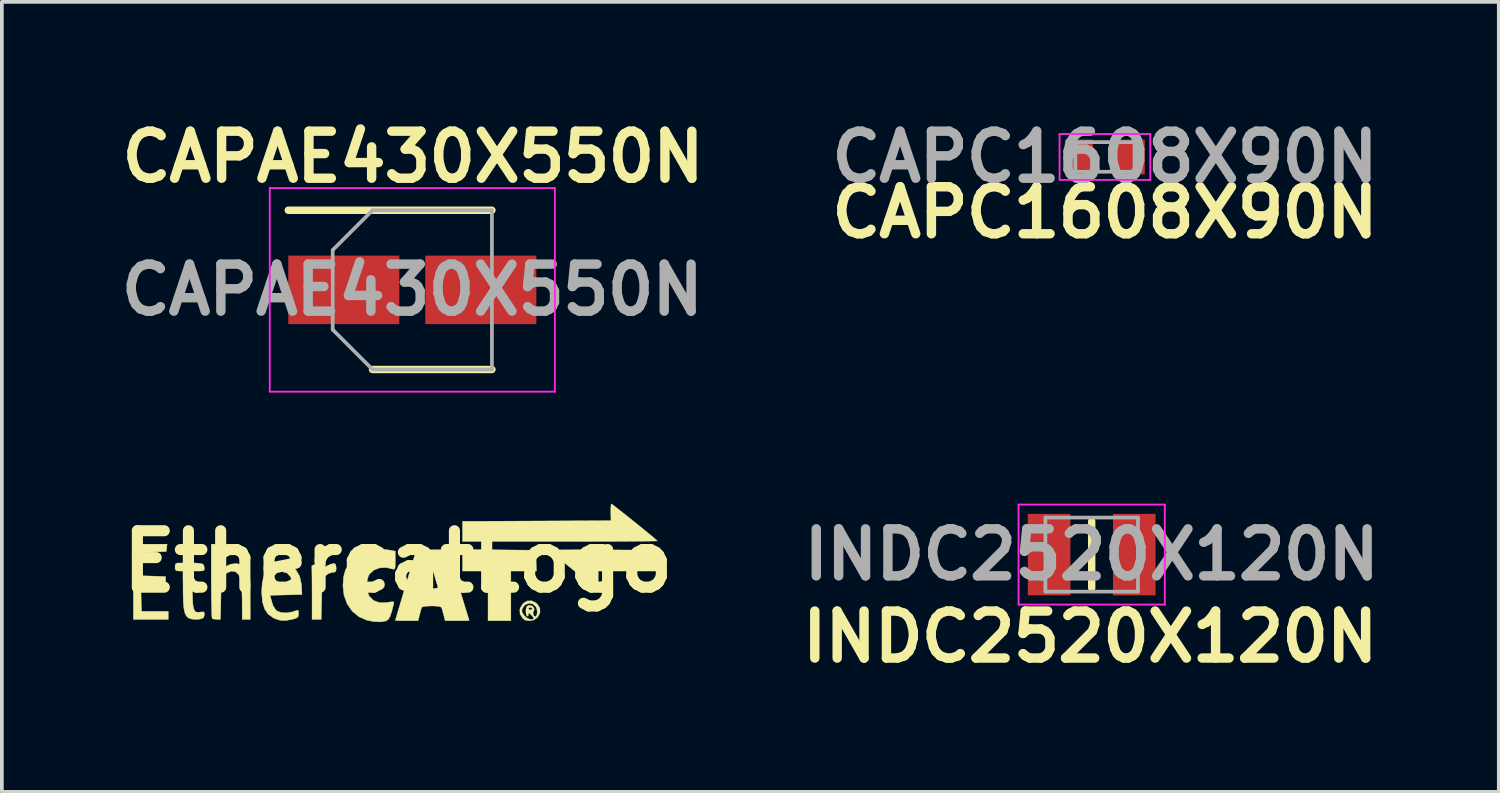
<source format=kicad_pcb>
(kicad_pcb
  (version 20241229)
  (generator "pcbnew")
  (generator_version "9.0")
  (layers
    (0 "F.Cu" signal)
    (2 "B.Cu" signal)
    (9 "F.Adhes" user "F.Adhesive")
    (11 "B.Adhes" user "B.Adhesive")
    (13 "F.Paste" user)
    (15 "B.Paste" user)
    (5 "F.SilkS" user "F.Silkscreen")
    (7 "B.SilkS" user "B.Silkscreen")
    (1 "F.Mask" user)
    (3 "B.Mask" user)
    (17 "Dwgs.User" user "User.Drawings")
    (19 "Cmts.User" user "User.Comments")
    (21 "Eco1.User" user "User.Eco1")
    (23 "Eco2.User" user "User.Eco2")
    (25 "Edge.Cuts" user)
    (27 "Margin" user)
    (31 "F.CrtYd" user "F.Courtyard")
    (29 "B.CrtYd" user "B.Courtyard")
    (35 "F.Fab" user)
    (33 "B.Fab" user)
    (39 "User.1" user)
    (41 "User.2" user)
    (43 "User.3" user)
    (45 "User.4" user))
  (footprint "INDC2520X120N"
    (layer "F.Cu")
    (at 26.435 11.929)
    (property "Reference" "INDC2520X120N" (at -0.04 2.22 0) (layer "F.SilkS") (effects (font (size 1.27 1.27) (thickness 0.254))))
    (attr smd)
    (fp_line (start 0 -0.9) (end 0 0.9) (stroke (width 0.2) (type solid)) (layer "F.SilkS"))
    (fp_line (start -1.975 -1.35) (end 1.975 -1.35) (stroke (width 0.05) (type solid)) (layer "F.CrtYd"))
    (fp_line (start -1.975 1.35) (end -1.975 -1.35) (stroke (width 0.05) (type solid)) (layer "F.CrtYd"))
    (fp_line (start 1.975 -1.35) (end 1.975 1.35) (stroke (width 0.05) (type solid)) (layer "F.CrtYd"))
    (fp_line (start 1.975 1.35) (end -1.975 1.35) (stroke (width 0.05) (type solid)) (layer "F.CrtYd"))
    (fp_line (start -1.25 -1) (end 1.25 -1) (stroke (width 0.1) (type solid)) (layer "F.Fab"))
    (fp_line (start -1.25 1) (end -1.25 -1) (stroke (width 0.1) (type solid)) (layer "F.Fab"))
    (fp_line (start 1.25 -1) (end 1.25 1) (stroke (width 0.1) (type solid)) (layer "F.Fab"))
    (fp_line (start 1.25 1) (end -1.25 1) (stroke (width 0.1) (type solid)) (layer "F.Fab"))
    (fp_text user "${REFERENCE}" (at 0 0 0) (layer "F.Fab") (effects (font (size 1.27 1.27) (thickness 0.254))))
    (pad "1" smd rect (at -1.15 0) (size 1.15 2.2) (layers "F.Cu" "F.Mask" "F.Paste"))
    (pad "2" smd rect (at 1.15 0) (size 1.15 2.2) (layers "F.Cu" "F.Mask" "F.Paste")))
  (footprint "CAPC1608X90N"
    (layer "F.Cu")
    (at 26.793 1.189)
    (property "Reference" "CAPC1608X90N" (at 0 1.5 0) (layer "F.SilkS") (effects (font (size 1.27 1.27) (thickness 0.254))))
    (attr smd)
    (fp_line (start -1.225 -0.62) (end 1.225 -0.62) (stroke (width 0.05) (type solid)) (layer "F.CrtYd"))
    (fp_line (start -1.225 0.62) (end -1.225 -0.62) (stroke (width 0.05) (type solid)) (layer "F.CrtYd"))
    (fp_line (start 1.225 -0.62) (end 1.225 0.62) (stroke (width 0.05) (type solid)) (layer "F.CrtYd"))
    (fp_line (start 1.225 0.62) (end -1.225 0.62) (stroke (width 0.05) (type solid)) (layer "F.CrtYd"))
    (fp_line (start -0.8 -0.4) (end 0.8 -0.4) (stroke (width 0.1) (type solid)) (layer "F.Fab"))
    (fp_line (start -0.8 0.4) (end -0.8 -0.4) (stroke (width 0.1) (type solid)) (layer "F.Fab"))
    (fp_line (start 0.8 -0.4) (end 0.8 0.4) (stroke (width 0.1) (type solid)) (layer "F.Fab"))
    (fp_line (start 0.8 0.4) (end -0.8 0.4) (stroke (width 0.1) (type solid)) (layer "F.Fab"))
    (fp_text user "${REFERENCE}" (at 0 0 0) (layer "F.Fab") (effects (font (size 1.27 1.27) (thickness 0.254))))
    (pad "1" smd rect (at -0.7 0) (size 0.75 0.94) (layers "F.Cu" "F.Mask" "F.Paste"))
    (pad "2" smd rect (at 0.7 0) (size 0.75 0.94) (layers "F.Cu" "F.Mask" "F.Paste")))
  (footprint "EthercatLogo"
    (layer "F.Cu")
    (at 7.7 12.119)
    (property "Reference" "EthercatLogo" (at 0 0 0) (layer "F.SilkS") (effects (font (size 1.524 1.524) (thickness 0.3))))
    (attr through_hole)
    (fp_poly (pts (xy 2.731 -0.318) (xy 3.719 -0.308) (xy 3.73 -0.027) (xy 3.74 0.254) (xy 3.048 0.254) (xy 3.048 1.597) (xy 2.431 1.597) (xy 2.431 0.254) (xy 1.742 0.254) (xy 1.742 -0.328) (xy 2.731 -0.318)) (stroke (width 0.01) (type solid)) (fill yes) (layer "F.SilkS"))
    (fp_poly (pts (xy 5.224 -0.32) (xy 5.536 -0.318) (xy 5.624 -0.318) (xy 7.058 -0.308) (xy 7.068 -0.027) (xy 7.079 0.254) (xy 5.407 0.254) (xy 5.407 0.49) (xy 5.403 0.61) (xy 5.393 0.694) (xy 5.379 0.724) (xy 5.344 0.701) (xy 5.261 0.64) (xy 5.139 0.546) (xy 4.985 0.426) (xy 4.809 0.286) (xy 4.722 0.216) (xy 4.513 0.046) (xy 4.347 -0.094) (xy 4.226 -0.203) (xy 4.156 -0.275) (xy 4.14 -0.307) (xy 4.141 -0.308) (xy 4.187 -0.312) (xy 4.298 -0.315) (xy 4.465 -0.318) (xy 4.681 -0.319) (xy 4.936 -0.32) (xy 5.224 -0.32)) (stroke (width 0.01) (type solid)) (fill yes) (layer "F.SilkS"))
    (fp_poly (pts (xy 5.793 -1.539) (xy 5.872 -1.479) (xy 5.986 -1.39) (xy 6.127 -1.279) (xy 6.283 -1.154) (xy 6.445 -1.024) (xy 6.604 -0.895) (xy 6.749 -0.777) (xy 6.87 -0.677) (xy 6.957 -0.604) (xy 7 -0.564) (xy 7.003 -0.56) (xy 6.968 -0.558) (xy 6.866 -0.555) (xy 6.702 -0.553) (xy 6.483 -0.551) (xy 6.215 -0.549) (xy 5.902 -0.547) (xy 5.551 -0.546) (xy 5.168 -0.545) (xy 4.757 -0.544) (xy 4.372 -0.544) (xy 1.742 -0.544) (xy 1.742 -1.088) (xy 5.751 -1.107) (xy 5.747 -1.333) (xy 5.748 -1.451) (xy 5.753 -1.533) (xy 5.761 -1.56) (xy 5.793 -1.539)) (stroke (width 0.01) (type solid)) (fill yes) (layer "F.SilkS"))
    (fp_poly (pts (xy -6.248 -0.372) (xy -6.259 -0.272) (xy -6.595 -0.262) (xy -6.741 -0.255) (xy -6.855 -0.244) (xy -6.922 -0.232) (xy -6.932 -0.225) (xy -6.934 -0.179) (xy -6.937 -0.08) (xy -6.94 0.054) (xy -6.941 0.091) (xy -6.949 0.381) (xy -6.613 0.391) (xy -6.277 0.402) (xy -6.277 0.617) (xy -6.601 0.617) (xy -6.746 0.621) (xy -6.86 0.63) (xy -6.927 0.645) (xy -6.937 0.652) (xy -6.941 0.702) (xy -6.942 0.806) (xy -6.939 0.946) (xy -6.937 1.015) (xy -6.925 1.343) (xy -6.205 1.343) (xy -6.205 1.56) (xy -7.148 1.56) (xy -7.148 -0.472) (xy -6.236 -0.472) (xy -6.248 -0.372)) (stroke (width 0.01) (type solid)) (fill yes) (layer "F.SilkS"))
    (fp_poly (pts (xy -1.702 0.056) (xy -1.678 0.104) (xy -1.669 0.184) (xy -1.679 0.26) (xy -1.723 0.287) (xy -1.772 0.29) (xy -1.884 0.323) (xy -1.962 0.384) (xy -1.996 0.424) (xy -2.021 0.468) (xy -2.037 0.529) (xy -2.048 0.62) (xy -2.055 0.753) (xy -2.06 0.942) (xy -2.062 1.019) (xy -2.074 1.56) (xy -2.322 1.56) (xy -2.322 0.853) (xy -2.323 0.633) (xy -2.324 0.438) (xy -2.326 0.28) (xy -2.328 0.17) (xy -2.331 0.119) (xy -2.331 0.118) (xy -2.306 0.097) (xy -2.233 0.08) (xy -2.223 0.079) (xy -2.142 0.078) (xy -2.11 0.107) (xy -2.105 0.167) (xy -2.105 0.267) (xy -2.023 0.19) (xy -1.932 0.123) (xy -1.83 0.073) (xy -1.742 0.05) (xy -1.702 0.056)) (stroke (width 0.01) (type solid)) (fill yes) (layer "F.SilkS"))
    (fp_poly (pts (xy -4.79 0.223) (xy -4.688 0.15) (xy -4.526 0.07) (xy -4.363 0.05) (xy -4.214 0.09) (xy -4.093 0.186) (xy -4.061 0.231) (xy -4.035 0.281) (xy -4.016 0.341) (xy -4.004 0.424) (xy -3.996 0.541) (xy -3.993 0.705) (xy -3.992 0.928) (xy -3.992 0.953) (xy -3.991 1.56) (xy -4.209 1.56) (xy -4.21 1.098) (xy -4.213 0.907) (xy -4.22 0.729) (xy -4.231 0.584) (xy -4.244 0.491) (xy -4.244 0.491) (xy -4.303 0.35) (xy -4.393 0.271) (xy -4.505 0.257) (xy -4.631 0.311) (xy -4.67 0.341) (xy -4.772 0.429) (xy -4.795 1.56) (xy -4.895 1.56) (xy -4.977 1.552) (xy -5.02 1.536) (xy -5.026 1.495) (xy -5.032 1.391) (xy -5.036 1.233) (xy -5.04 1.032) (xy -5.043 0.796) (xy -5.044 0.536) (xy -5.044 0.52) (xy -5.044 -0.472) (xy -4.79 -0.472) (xy -4.79 0.223)) (stroke (width 0.01) (type solid)) (fill yes) (layer "F.SilkS"))
    (fp_poly (pts (xy -5.552 0.032) (xy -5.397 0.043) (xy -5.299 0.056) (xy -5.252 0.084) (xy -5.233 0.141) (xy -5.232 0.154) (xy -5.23 0.215) (xy -5.253 0.244) (xy -5.321 0.253) (xy -5.386 0.254) (xy -5.552 0.254) (xy -5.552 0.759) (xy -5.549 0.991) (xy -5.54 1.159) (xy -5.519 1.272) (xy -5.486 1.339) (xy -5.435 1.367) (xy -5.365 1.366) (xy -5.33 1.36) (xy -5.25 1.357) (xy -5.223 1.401) (xy -5.244 1.495) (xy -5.247 1.503) (xy -5.295 1.539) (xy -5.388 1.558) (xy -5.5 1.56) (xy -5.605 1.544) (xy -5.67 1.515) (xy -5.722 1.46) (xy -5.759 1.379) (xy -5.784 1.261) (xy -5.799 1.096) (xy -5.805 0.873) (xy -5.806 0.76) (xy -5.806 0.254) (xy -5.915 0.254) (xy -5.992 0.245) (xy -6.02 0.203) (xy -6.023 0.145) (xy -6.014 0.068) (xy -5.972 0.04) (xy -5.915 0.036) (xy -5.806 0.036) (xy -5.806 -0.472) (xy -5.552 -0.472) (xy -5.552 0.032)) (stroke (width 0.01) (type solid)) (fill yes) (layer "F.SilkS"))
    (fp_poly (pts (xy -0.314 -0.325) (xy -0.306 -0.324) (xy -0.073 -0.283) (xy -0.073 -0.029) (xy -0.074 0.104) (xy -0.083 0.178) (xy -0.101 0.206) (xy -0.133 0.202) (xy -0.134 0.202) (xy -0.319 0.159) (xy -0.497 0.17) (xy -0.652 0.228) (xy -0.767 0.331) (xy -0.797 0.381) (xy -0.833 0.508) (xy -0.842 0.664) (xy -0.824 0.815) (xy -0.78 0.93) (xy -0.78 0.931) (xy -0.663 1.047) (xy -0.506 1.107) (xy -0.32 1.107) (xy -0.29 1.102) (xy -0.188 1.086) (xy -0.122 1.087) (xy -0.109 1.095) (xy -0.118 1.144) (xy -0.142 1.24) (xy -0.17 1.347) (xy -0.215 1.482) (xy -0.261 1.561) (xy -0.318 1.6) (xy -0.318 1.6) (xy -0.467 1.628) (xy -0.658 1.619) (xy -0.841 1.582) (xy -1.058 1.488) (xy -1.238 1.338) (xy -1.374 1.14) (xy -1.46 0.906) (xy -1.488 0.657) (xy -1.472 0.418) (xy -1.42 0.225) (xy -1.326 0.059) (xy -1.278 -0.002) (xy -1.084 -0.175) (xy -0.853 -0.289) (xy -0.594 -0.34) (xy -0.314 -0.325)) (stroke (width 0.01) (type solid)) (fill yes) (layer "F.SilkS"))
    (fp_poly (pts (xy -2.958 0.083) (xy -2.902 0.109) (xy -2.757 0.223) (xy -2.659 0.39) (xy -2.609 0.609) (xy -2.604 0.678) (xy -2.594 0.889) (xy -3.024 0.899) (xy -3.454 0.91) (xy -3.431 1.008) (xy -3.377 1.183) (xy -3.31 1.295) (xy -3.258 1.339) (xy -3.145 1.376) (xy -2.999 1.382) (xy -2.849 1.356) (xy -2.818 1.345) (xy -2.732 1.315) (xy -2.695 1.319) (xy -2.685 1.367) (xy -2.685 1.411) (xy -2.693 1.478) (xy -2.73 1.518) (xy -2.814 1.548) (xy -2.846 1.556) (xy -3.027 1.59) (xy -3.173 1.587) (xy -3.312 1.545) (xy -3.364 1.521) (xy -3.504 1.423) (xy -3.601 1.283) (xy -3.66 1.095) (xy -3.682 0.85) (xy -3.682 0.798) (xy -3.675 0.689) (xy -3.453 0.689) (xy -2.825 0.689) (xy -2.848 0.572) (xy -2.904 0.409) (xy -2.994 0.31) (xy -3.12 0.273) (xy -3.139 0.272) (xy -3.269 0.302) (xy -3.364 0.393) (xy -3.424 0.547) (xy -3.429 0.572) (xy -3.453 0.689) (xy -3.675 0.689) (xy -3.665 0.554) (xy -3.613 0.367) (xy -3.522 0.226) (xy -3.386 0.124) (xy -3.356 0.109) (xy -3.21 0.052) (xy -3.088 0.043) (xy -2.958 0.083)) (stroke (width 0.01) (type solid)) (fill yes) (layer "F.SilkS"))
    (fp_poly (pts (xy 3.733 1.119) (xy 3.757 1.141) (xy 3.832 1.257) (xy 3.835 1.38) (xy 3.771 1.501) (xy 3.678 1.571) (xy 3.56 1.599) (xy 3.445 1.584) (xy 3.368 1.533) (xy 3.295 1.413) (xy 3.29 1.293) (xy 3.29 1.292) (xy 3.347 1.292) (xy 3.35 1.365) (xy 3.406 1.455) (xy 3.413 1.465) (xy 3.478 1.52) (xy 3.557 1.555) (xy 3.626 1.564) (xy 3.663 1.54) (xy 3.665 1.53) (xy 3.641 1.485) (xy 3.592 1.433) (xy 3.54 1.389) (xy 3.522 1.396) (xy 3.52 1.435) (xy 3.509 1.478) (xy 3.481 1.463) (xy 3.457 1.403) (xy 3.453 1.309) (xy 3.454 1.305) (xy 3.461 1.27) (xy 3.52 1.27) (xy 3.549 1.302) (xy 3.574 1.306) (xy 3.622 1.287) (xy 3.629 1.27) (xy 3.599 1.238) (xy 3.574 1.234) (xy 3.526 1.253) (xy 3.52 1.27) (xy 3.461 1.27) (xy 3.473 1.219) (xy 3.519 1.183) (xy 3.549 1.179) (xy 3.624 1.197) (xy 3.672 1.249) (xy 3.677 1.309) (xy 3.662 1.331) (xy 3.644 1.386) (xy 3.66 1.451) (xy 3.698 1.487) (xy 3.704 1.488) (xy 3.743 1.457) (xy 3.76 1.384) (xy 3.753 1.293) (xy 3.722 1.215) (xy 3.638 1.142) (xy 3.534 1.124) (xy 3.435 1.163) (xy 3.395 1.206) (xy 3.347 1.292) (xy 3.29 1.292) (xy 3.304 1.245) (xy 3.381 1.126) (xy 3.49 1.062) (xy 3.613 1.059) (xy 3.733 1.119)) (stroke (width 0.01) (type solid)) (fill yes) (layer "F.SilkS"))
    (fp_poly (pts (xy 1.222 -0.315) (xy 1.302 -0.301) (xy 1.335 -0.282) (xy 1.357 -0.233) (xy 1.396 -0.127) (xy 1.446 0.025) (xy 1.504 0.209) (xy 1.556 0.382) (xy 1.624 0.608) (xy 1.692 0.834) (xy 1.755 1.042) (xy 1.806 1.21) (xy 1.831 1.288) (xy 1.872 1.422) (xy 1.904 1.525) (xy 1.921 1.582) (xy 1.923 1.587) (xy 1.889 1.592) (xy 1.8 1.595) (xy 1.67 1.596) (xy 1.598 1.597) (xy 1.273 1.597) (xy 1.233 1.442) (xy 1.206 1.337) (xy 1.183 1.258) (xy 1.179 1.243) (xy 1.134 1.215) (xy 1.02 1.2) (xy 0.907 1.197) (xy 0.748 1.204) (xy 0.658 1.223) (xy 0.636 1.243) (xy 0.618 1.304) (xy 0.591 1.404) (xy 0.581 1.442) (xy 0.541 1.597) (xy 0.234 1.597) (xy 0.095 1.596) (xy -0.011 1.593) (xy -0.067 1.589) (xy -0.072 1.587) (xy -0.062 1.552) (xy -0.034 1.456) (xy 0.009 1.308) (xy 0.066 1.118) (xy 0.132 0.895) (xy 0.206 0.647) (xy 0.21 0.635) (xy 0.211 0.631) (xy 0.767 0.631) (xy 0.774 0.69) (xy 0.813 0.718) (xy 0.885 0.725) (xy 0.929 0.726) (xy 1.031 0.721) (xy 1.075 0.704) (xy 1.075 0.67) (xy 1.054 0.606) (xy 1.021 0.499) (xy 0.994 0.407) (xy 0.951 0.264) (xy 0.92 0.19) (xy 0.895 0.183) (xy 0.867 0.24) (xy 0.831 0.361) (xy 0.83 0.366) (xy 0.786 0.527) (xy 0.767 0.631) (xy 0.211 0.631) (xy 0.492 -0.308) (xy 0.894 -0.319) (xy 1.089 -0.321) (xy 1.222 -0.315)) (stroke (width 0.01) (type solid)) (fill yes) (layer "F.SilkS")))
  (footprint "CAPAE430X550N"
    (layer "F.Cu")
    (at 8.086 4.779)
    (property "Reference" "CAPAE430X550N" (at 0.02 -3.59 0) (layer "F.SilkS") (effects (font (size 1.27 1.27) (thickness 0.254))))
    (attr smd)
    (fp_line (start -3.35 -2.15) (end 2.15 -2.15) (stroke (width 0.2) (type solid)) (layer "F.SilkS"))
    (fp_line (start -1.075 2.15) (end 2.15 2.15) (stroke (width 0.2) (type solid)) (layer "F.SilkS"))
    (fp_line (start -3.85 -2.75) (end 3.85 -2.75) (stroke (width 0.05) (type solid)) (layer "F.CrtYd"))
    (fp_line (start -3.85 2.75) (end -3.85 -2.75) (stroke (width 0.05) (type solid)) (layer "F.CrtYd"))
    (fp_line (start 3.85 -2.75) (end 3.85 2.75) (stroke (width 0.05) (type solid)) (layer "F.CrtYd"))
    (fp_line (start 3.85 2.75) (end -3.85 2.75) (stroke (width 0.05) (type solid)) (layer "F.CrtYd"))
    (fp_line (start -2.15 -1.075) (end -2.15 1.075) (stroke (width 0.1) (type solid)) (layer "F.Fab"))
    (fp_line (start -2.15 1.075) (end -1.075 2.15) (stroke (width 0.1) (type solid)) (layer "F.Fab"))
    (fp_line (start -1.075 -2.15) (end -2.15 -1.075) (stroke (width 0.1) (type solid)) (layer "F.Fab"))
    (fp_line (start -1.075 2.15) (end 2.15 2.15) (stroke (width 0.1) (type solid)) (layer "F.Fab"))
    (fp_line (start 2.15 -2.15) (end -1.075 -2.15) (stroke (width 0.1) (type solid)) (layer "F.Fab"))
    (fp_line (start 2.15 2.15) (end 2.15 -2.15) (stroke (width 0.1) (type solid)) (layer "F.Fab"))
    (fp_text user "${REFERENCE}" (at 0 0 0) (layer "F.Fab") (effects (font (size 1.27 1.27) (thickness 0.254))))
    (pad "1" smd rect (at -1.85 0 90) (size 1.85 3) (layers "F.Cu" "F.Mask" "F.Paste"))
    (pad "2" smd rect (at 1.85 0 90) (size 1.85 3) (layers "F.Cu" "F.Mask" "F.Paste")))
  (gr_rect
    (start -3 -3)
    (end 37.43 18.337)
    (stroke (width 0.1) (type default))
    (fill no)
    (layer "Edge.Cuts")))
</source>
